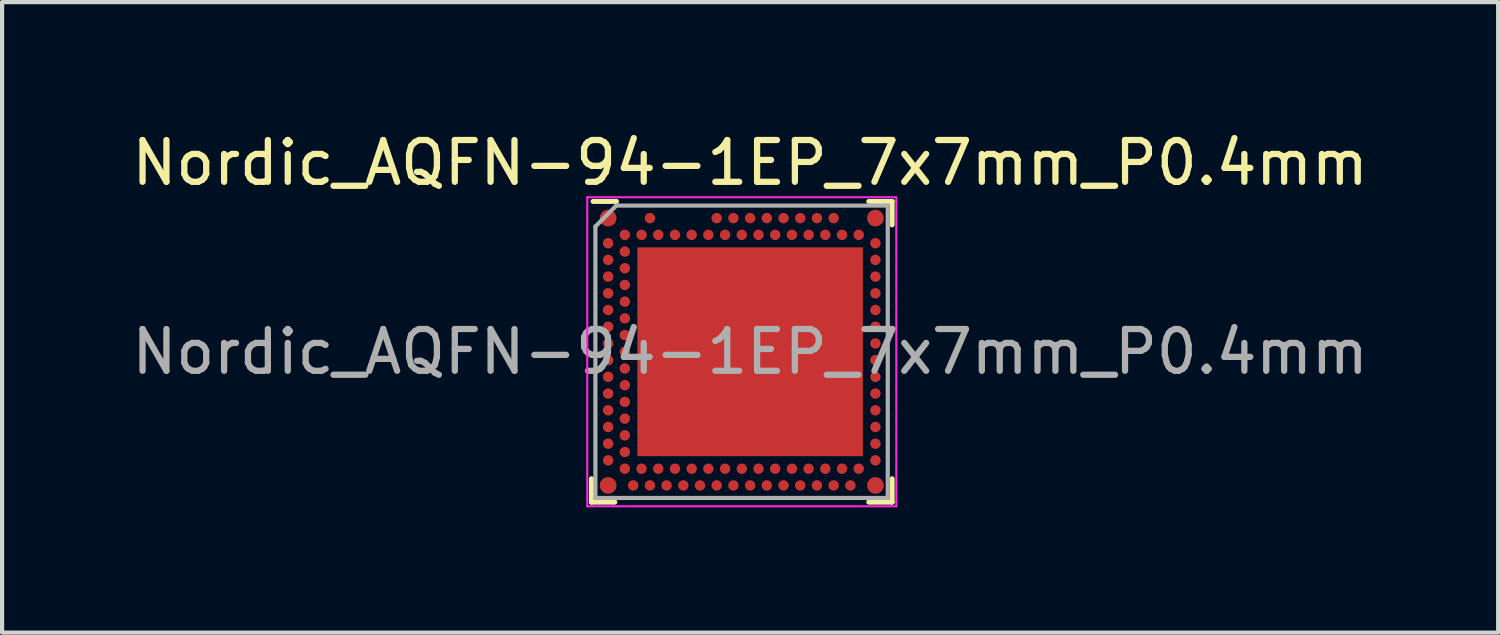
<source format=kicad_pcb>
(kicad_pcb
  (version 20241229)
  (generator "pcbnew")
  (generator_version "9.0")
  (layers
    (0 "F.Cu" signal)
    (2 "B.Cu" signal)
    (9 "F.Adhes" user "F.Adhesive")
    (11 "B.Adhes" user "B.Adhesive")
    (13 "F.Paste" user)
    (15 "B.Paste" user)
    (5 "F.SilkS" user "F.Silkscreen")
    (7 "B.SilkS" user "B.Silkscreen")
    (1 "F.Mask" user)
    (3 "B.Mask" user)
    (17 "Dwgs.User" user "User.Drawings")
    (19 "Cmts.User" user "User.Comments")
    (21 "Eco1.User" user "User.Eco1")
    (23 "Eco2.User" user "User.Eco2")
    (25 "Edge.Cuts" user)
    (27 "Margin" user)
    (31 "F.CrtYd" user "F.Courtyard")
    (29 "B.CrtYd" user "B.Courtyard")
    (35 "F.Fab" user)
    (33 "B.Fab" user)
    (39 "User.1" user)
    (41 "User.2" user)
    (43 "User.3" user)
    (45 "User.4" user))
  (footprint "Nordic_AQFN-94-1EP_7x7mm_P0.4mm"
    (layer "F.Cu")
    (at 14.911 5.373)
    (property "Reference" "Nordic_AQFN-94-1EP_7x7mm_P0.4mm" (at 0 -4.525 0) (layer "F.SilkS") (effects (font (size 1 1) (thickness 0.15))))
    (attr smd)
    (fp_line (start -3.8 3.6) (end -3.8 3.04) (stroke (width 0.12) (type solid)) (layer "F.SilkS"))
    (fp_line (start -3.8 3.6) (end -3.24 3.6) (stroke (width 0.12) (type solid)) (layer "F.SilkS"))
    (fp_line (start -3.76 -3.6) (end -3.2 -3.6) (stroke (width 0.12) (type solid)) (layer "F.SilkS"))
    (fp_line (start 3.4 -3.6) (end 2.84 -3.6) (stroke (width 0.12) (type solid)) (layer "F.SilkS"))
    (fp_line (start 3.4 -3.6) (end 3.4 -3.04) (stroke (width 0.12) (type solid)) (layer "F.SilkS"))
    (fp_line (start 3.4 3.6) (end 2.84 3.6) (stroke (width 0.12) (type solid)) (layer "F.SilkS"))
    (fp_line (start 3.4 3.6) (end 3.4 3.04) (stroke (width 0.12) (type solid)) (layer "F.SilkS"))
    (fp_line (start -3.9 -3.7) (end 3.5 -3.7) (stroke (width 0.05) (type solid)) (layer "F.CrtYd"))
    (fp_line (start -3.9 3.7) (end -3.9 -3.7) (stroke (width 0.05) (type solid)) (layer "F.CrtYd"))
    (fp_line (start 3.5 -3.7) (end 3.5 3.7) (stroke (width 0.05) (type solid)) (layer "F.CrtYd"))
    (fp_line (start 3.5 3.7) (end -3.9 3.7) (stroke (width 0.05) (type solid)) (layer "F.CrtYd"))
    (fp_line (start -3.705 -3) (end -3.705 3.5) (stroke (width 0.1) (type solid)) (layer "F.Fab"))
    (fp_line (start -3.705 -3) (end -3.205 -3.5) (stroke (width 0.1) (type solid)) (layer "F.Fab"))
    (fp_line (start -3.705 3.5) (end 3.295 3.5) (stroke (width 0.1) (type solid)) (layer "F.Fab"))
    (fp_line (start -3.205 -3.5) (end 3.295 -3.5) (stroke (width 0.1) (type solid)) (layer "F.Fab"))
    (fp_line (start 3.295 -3.5) (end 3.295 3.5) (stroke (width 0.1) (type solid)) (layer "F.Fab"))
    (fp_text user "${REFERENCE}" (at 0 0 0) (layer "F.Fab") (effects (font (size 1 1) (thickness 0.15))))
    (pad "" smd rect (at -1.212 -1.212 180) (size 2 2) (layers "F.Paste"))
    (pad "" smd rect (at -1.212 1.212 180) (size 2 2) (layers "F.Paste"))
    (pad "" smd rect (at 1.212 -1.212 180) (size 2 2) (layers "F.Paste"))
    (pad "" smd rect (at 1.212 1.212 180) (size 2 2) (layers "F.Paste"))
    (pad "A5" smd circle (at -2.4 -3.2 180) (size 0.25 0.25) (layers "F.Cu" "F.Mask" "F.Paste"))
    (pad "A13" smd circle (at -0.8 -3.2 180) (size 0.25 0.25) (layers "F.Cu" "F.Mask" "F.Paste"))
    (pad "A15" smd circle (at -0.4 -3.2 180) (size 0.25 0.25) (layers "F.Cu" "F.Mask" "F.Paste"))
    (pad "A17" smd circle (at 0 -3.2 180) (size 0.25 0.25) (layers "F.Cu" "F.Mask" "F.Paste"))
    (pad "A19" smd circle (at 0.4 -3.2 180) (size 0.25 0.25) (layers "F.Cu" "F.Mask" "F.Paste"))
    (pad "A21" smd circle (at 0.8 -3.2 180) (size 0.25 0.25) (layers "F.Cu" "F.Mask" "F.Paste"))
    (pad "A23" smd circle (at 1.2 -3.2 180) (size 0.25 0.25) (layers "F.Cu" "F.Mask" "F.Paste"))
    (pad "A25" smd circle (at 1.6 -3.2 180) (size 0.25 0.25) (layers "F.Cu" "F.Mask" "F.Paste"))
    (pad "A27" smd circle (at 2 -3.2 180) (size 0.25 0.25) (layers "F.Cu" "F.Mask" "F.Paste"))
    (pad "AA1" smd circle (at -3.4 1 180) (size 0.25 0.25) (layers "F.Cu" "F.Mask" "F.Paste"))
    (pad "AA31" smd circle (at 3 1 180) (size 0.25 0.25) (layers "F.Cu" "F.Mask" "F.Paste"))
    (pad "AB2" smd circle (at -3 1.2 180) (size 0.25 0.25) (layers "F.Cu" "F.Mask" "F.Paste"))
    (pad "AC1" smd circle (at -3.4 1.4 180) (size 0.25 0.25) (layers "F.Cu" "F.Mask" "F.Paste"))
    (pad "AC31" smd circle (at 3 1.4 180) (size 0.25 0.25) (layers "F.Cu" "F.Mask" "F.Paste"))
    (pad "AD2" smd circle (at -3 1.6 180) (size 0.25 0.25) (layers "F.Cu" "F.Mask" "F.Paste"))
    (pad "AE1" smd circle (at -3.4 1.8 180) (size 0.25 0.25) (layers "F.Cu" "F.Mask" "F.Paste"))
    (pad "AE31" smd circle (at 3 1.8 180) (size 0.25 0.25) (layers "F.Cu" "F.Mask" "F.Paste"))
    (pad "AF2" smd circle (at -3 2 180) (size 0.25 0.25) (layers "F.Cu" "F.Mask" "F.Paste"))
    (pad "AG1" smd circle (at -3.4 2.2 180) (size 0.25 0.25) (layers "F.Cu" "F.Mask" "F.Paste"))
    (pad "AG31" smd circle (at 3 2.2 180) (size 0.25 0.25) (layers "F.Cu" "F.Mask" "F.Paste"))
    (pad "AH2" smd circle (at -3 2.4 180) (size 0.25 0.25) (layers "F.Cu" "F.Mask" "F.Paste"))
    (pad "AJ1" smd circle (at -3.4 2.6 180) (size 0.25 0.25) (layers "F.Cu" "F.Mask" "F.Paste"))
    (pad "AJ31" smd circle (at 3 2.6 180) (size 0.25 0.25) (layers "F.Cu" "F.Mask" "F.Paste"))
    (pad "AK2" smd circle (at -3 2.8 180) (size 0.25 0.25) (layers "F.Cu" "F.Mask" "F.Paste"))
    (pad "AK4" smd circle (at -2.6 2.8 180) (size 0.25 0.25) (layers "F.Cu" "F.Mask" "F.Paste"))
    (pad "AK6" smd circle (at -2.2 2.8 180) (size 0.25 0.25) (layers "F.Cu" "F.Mask" "F.Paste"))
    (pad "AK8" smd circle (at -1.8 2.8 180) (size 0.25 0.25) (layers "F.Cu" "F.Mask" "F.Paste"))
    (pad "AK10" smd circle (at -1.4 2.8 180) (size 0.25 0.25) (layers "F.Cu" "F.Mask" "F.Paste"))
    (pad "AK12" smd circle (at -1 2.8 180) (size 0.25 0.25) (layers "F.Cu" "F.Mask" "F.Paste"))
    (pad "AK14" smd circle (at -0.6 2.8 180) (size 0.25 0.25) (layers "F.Cu" "F.Mask" "F.Paste"))
    (pad "AK16" smd circle (at -0.2 2.8 180) (size 0.25 0.25) (layers "F.Cu" "F.Mask" "F.Paste"))
    (pad "AK18" smd circle (at 0.2 2.8 180) (size 0.25 0.25) (layers "F.Cu" "F.Mask" "F.Paste"))
    (pad "AK20" smd circle (at 0.6 2.8 180) (size 0.25 0.25) (layers "F.Cu" "F.Mask" "F.Paste"))
    (pad "AK22" smd circle (at 1 2.8 180) (size 0.25 0.25) (layers "F.Cu" "F.Mask" "F.Paste"))
    (pad "AK24" smd circle (at 1.4 2.8 180) (size 0.25 0.25) (layers "F.Cu" "F.Mask" "F.Paste"))
    (pad "AK26" smd circle (at 1.8 2.8 180) (size 0.25 0.25) (layers "F.Cu" "F.Mask" "F.Paste"))
    (pad "AK28" smd circle (at 2.2 2.8 180) (size 0.25 0.25) (layers "F.Cu" "F.Mask" "F.Paste"))
    (pad "AK30" smd circle (at 2.6 2.8 180) (size 0.25 0.25) (layers "F.Cu" "F.Mask" "F.Paste"))
    (pad "AL3" smd circle (at -2.8 3.2 180) (size 0.25 0.25) (layers "F.Cu" "F.Mask" "F.Paste"))
    (pad "AL5" smd circle (at -2.4 3.2 180) (size 0.25 0.25) (layers "F.Cu" "F.Mask" "F.Paste"))
    (pad "AL7" smd circle (at -2 3.2 180) (size 0.25 0.25) (layers "F.Cu" "F.Mask" "F.Paste"))
    (pad "AL9" smd circle (at -1.6 3.2 180) (size 0.25 0.25) (layers "F.Cu" "F.Mask" "F.Paste"))
    (pad "AL11" smd circle (at -1.2 3.2 180) (size 0.25 0.25) (layers "F.Cu" "F.Mask" "F.Paste"))
    (pad "AL13" smd circle (at -0.8 3.2 180) (size 0.25 0.25) (layers "F.Cu" "F.Mask" "F.Paste"))
    (pad "AL15" smd circle (at -0.4 3.2 180) (size 0.25 0.25) (layers "F.Cu" "F.Mask" "F.Paste"))
    (pad "AL17" smd circle (at 0 3.2 180) (size 0.25 0.25) (layers "F.Cu" "F.Mask" "F.Paste"))
    (pad "AL19" smd circle (at 0.4 3.2 180) (size 0.25 0.25) (layers "F.Cu" "F.Mask" "F.Paste"))
    (pad "AL21" smd circle (at 0.8 3.2 180) (size 0.25 0.25) (layers "F.Cu" "F.Mask" "F.Paste"))
    (pad "AL23" smd circle (at 1.2 3.2 180) (size 0.25 0.25) (layers "F.Cu" "F.Mask" "F.Paste"))
    (pad "AL25" smd circle (at 1.6 3.2 180) (size 0.25 0.25) (layers "F.Cu" "F.Mask" "F.Paste"))
    (pad "AL27" smd circle (at 2 3.2 180) (size 0.25 0.25) (layers "F.Cu" "F.Mask" "F.Paste"))
    (pad "AL29" smd circle (at 2.4 3.2 180) (size 0.25 0.25) (layers "F.Cu" "F.Mask" "F.Paste"))
    (pad "B2" smd circle (at -3 -2.8 180) (size 0.25 0.25) (layers "F.Cu" "F.Mask" "F.Paste"))
    (pad "B4" smd circle (at -2.6 -2.8 180) (size 0.25 0.25) (layers "F.Cu" "F.Mask" "F.Paste"))
    (pad "B6" smd circle (at -2.2 -2.8 180) (size 0.25 0.25) (layers "F.Cu" "F.Mask" "F.Paste"))
    (pad "B8" smd circle (at -1.8 -2.8 180) (size 0.25 0.25) (layers "F.Cu" "F.Mask" "F.Paste"))
    (pad "B10" smd circle (at -1.4 -2.8 180) (size 0.25 0.25) (layers "F.Cu" "F.Mask" "F.Paste"))
    (pad "B12" smd circle (at -1 -2.8 180) (size 0.25 0.25) (layers "F.Cu" "F.Mask" "F.Paste"))
    (pad "B14" smd circle (at -0.6 -2.8 180) (size 0.25 0.25) (layers "F.Cu" "F.Mask" "F.Paste"))
    (pad "B16" smd circle (at -0.2 -2.8 180) (size 0.25 0.25) (layers "F.Cu" "F.Mask" "F.Paste"))
    (pad "B18" smd circle (at 0.2 -2.8 180) (size 0.25 0.25) (layers "F.Cu" "F.Mask" "F.Paste"))
    (pad "B20" smd circle (at 0.6 -2.8 180) (size 0.25 0.25) (layers "F.Cu" "F.Mask" "F.Paste"))
    (pad "B22" smd circle (at 1 -2.8 180) (size 0.25 0.25) (layers "F.Cu" "F.Mask" "F.Paste"))
    (pad "B24" smd circle (at 1.4 -2.8 180) (size 0.25 0.25) (layers "F.Cu" "F.Mask" "F.Paste"))
    (pad "B26" smd circle (at 1.8 -2.8 180) (size 0.25 0.25) (layers "F.Cu" "F.Mask" "F.Paste"))
    (pad "B28" smd circle (at 2.2 -2.8 180) (size 0.25 0.25) (layers "F.Cu" "F.Mask" "F.Paste"))
    (pad "B30" smd circle (at 2.6 -2.8 180) (size 0.25 0.25) (layers "F.Cu" "F.Mask" "F.Paste"))
    (pad "C1" smd circle (at -3.4 -2.6 180) (size 0.25 0.25) (layers "F.Cu" "F.Mask" "F.Paste"))
    (pad "C31" smd circle (at 3 -2.6 180) (size 0.25 0.25) (layers "F.Cu" "F.Mask" "F.Paste"))
    (pad "D2" smd circle (at -3 -2.4 180) (size 0.25 0.25) (layers "F.Cu" "F.Mask" "F.Paste"))
    (pad "E1" smd circle (at -3.4 -2.2 180) (size 0.25 0.25) (layers "F.Cu" "F.Mask" "F.Paste"))
    (pad "E31" smd circle (at 3 -2.2 180) (size 0.25 0.25) (layers "F.Cu" "F.Mask" "F.Paste"))
    (pad "EP" smd circle (at -3.4 -3.2 180) (size 0.4 0.4) (layers "F.Cu" "F.Mask" "F.Paste"))
    (pad "EP" smd circle (at -3.4 3.2 180) (size 0.4 0.4) (layers "F.Cu" "F.Mask" "F.Paste"))
    (pad "EP" smd rect (at 0 0 180) (size 5.4 5) (layers "F.Cu" "F.Mask"))
    (pad "EP" smd circle (at 3 -3.2 180) (size 0.4 0.4) (layers "F.Cu" "F.Mask" "F.Paste"))
    (pad "EP" smd circle (at 3 3.2 180) (size 0.4 0.4) (layers "F.Cu" "F.Mask" "F.Paste"))
    (pad "F2" smd circle (at -3 -2 180) (size 0.25 0.25) (layers "F.Cu" "F.Mask" "F.Paste"))
    (pad "G1" smd circle (at -3.4 -1.8 180) (size 0.25 0.25) (layers "F.Cu" "F.Mask" "F.Paste"))
    (pad "G31" smd circle (at 3 -1.8 180) (size 0.25 0.25) (layers "F.Cu" "F.Mask" "F.Paste"))
    (pad "H2" smd circle (at -3 -1.6 180) (size 0.25 0.25) (layers "F.Cu" "F.Mask" "F.Paste"))
    (pad "J1" smd circle (at -3.4 -1.4 180) (size 0.25 0.25) (layers "F.Cu" "F.Mask" "F.Paste"))
    (pad "J31" smd circle (at 3 -1.4 180) (size 0.25 0.25) (layers "F.Cu" "F.Mask" "F.Paste"))
    (pad "K2" smd circle (at -3 -1.2 180) (size 0.25 0.25) (layers "F.Cu" "F.Mask" "F.Paste"))
    (pad "L1" smd circle (at -3.4 -1 180) (size 0.25 0.25) (layers "F.Cu" "F.Mask" "F.Paste"))
    (pad "L31" smd circle (at 3 -1 180) (size 0.25 0.25) (layers "F.Cu" "F.Mask" "F.Paste"))
    (pad "M2" smd circle (at -3 -0.8 180) (size 0.25 0.25) (layers "F.Cu" "F.Mask" "F.Paste"))
    (pad "N1" smd circle (at -3.4 -0.6 180) (size 0.25 0.25) (layers "F.Cu" "F.Mask" "F.Paste"))
    (pad "N31" smd circle (at 3 -0.6 180) (size 0.25 0.25) (layers "F.Cu" "F.Mask" "F.Paste"))
    (pad "P2" smd circle (at -3 -0.4 180) (size 0.25 0.25) (layers "F.Cu" "F.Mask" "F.Paste"))
    (pad "R1" smd circle (at -3.4 -0.2 180) (size 0.25 0.25) (layers "F.Cu" "F.Mask" "F.Paste"))
    (pad "R31" smd circle (at 3 -0.2 180) (size 0.25 0.25) (layers "F.Cu" "F.Mask" "F.Paste"))
    (pad "T2" smd circle (at -3 0 180) (size 0.25 0.25) (layers "F.Cu" "F.Mask" "F.Paste"))
    (pad "U1" smd circle (at -3.4 0.2 180) (size 0.25 0.25) (layers "F.Cu" "F.Mask" "F.Paste"))
    (pad "U31" smd circle (at 3 0.2 180) (size 0.25 0.25) (layers "F.Cu" "F.Mask" "F.Paste"))
    (pad "V2" smd circle (at -3 0.4 180) (size 0.25 0.25) (layers "F.Cu" "F.Mask" "F.Paste"))
    (pad "W1" smd circle (at -3.4 0.6 180) (size 0.25 0.25) (layers "F.Cu" "F.Mask" "F.Paste"))
    (pad "W31" smd circle (at 3 0.6 180) (size 0.25 0.25) (layers "F.Cu" "F.Mask" "F.Paste"))
    (pad "Y2" smd circle (at -3 0.8 180) (size 0.25 0.25) (layers "F.Cu" "F.Mask" "F.Paste")))
  (gr_rect
    (start -3 -3)
    (end 32.821 12.098)
    (stroke (width 0.1) (type default))
    (fill no)
    (layer "Edge.Cuts")))
</source>
